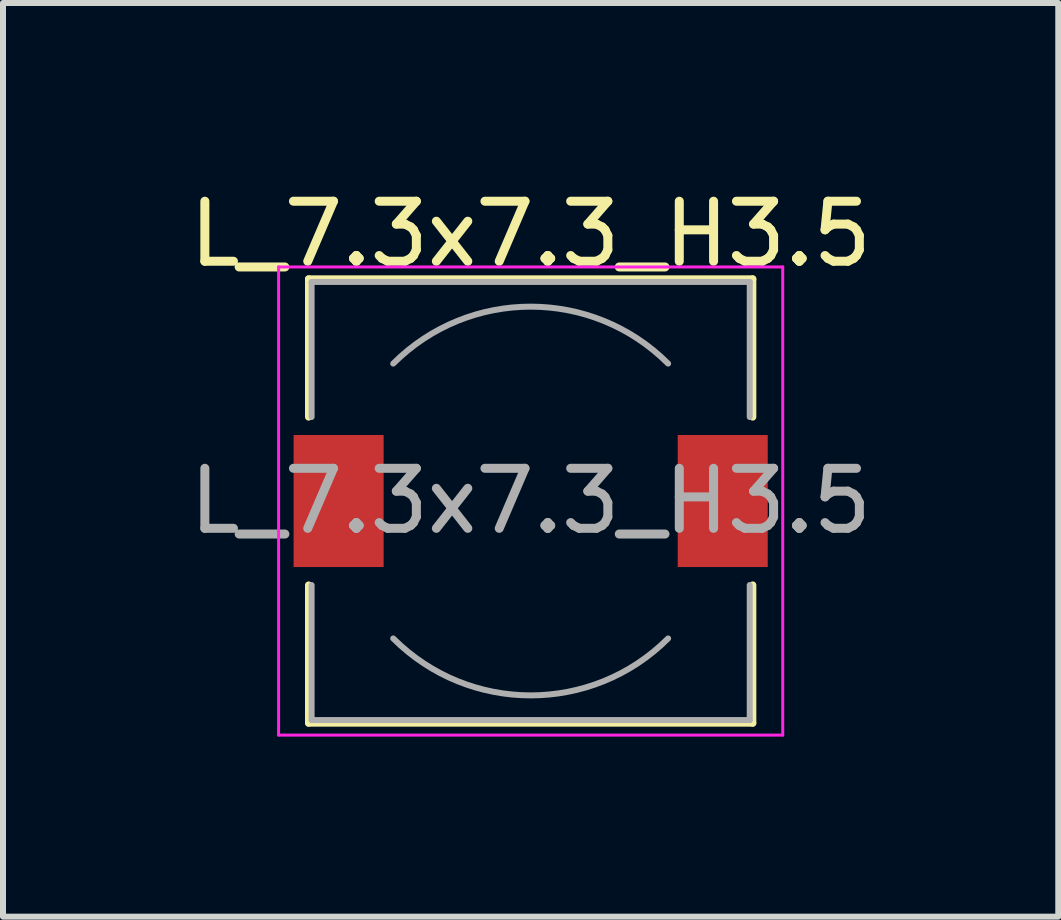
<source format=kicad_pcb>
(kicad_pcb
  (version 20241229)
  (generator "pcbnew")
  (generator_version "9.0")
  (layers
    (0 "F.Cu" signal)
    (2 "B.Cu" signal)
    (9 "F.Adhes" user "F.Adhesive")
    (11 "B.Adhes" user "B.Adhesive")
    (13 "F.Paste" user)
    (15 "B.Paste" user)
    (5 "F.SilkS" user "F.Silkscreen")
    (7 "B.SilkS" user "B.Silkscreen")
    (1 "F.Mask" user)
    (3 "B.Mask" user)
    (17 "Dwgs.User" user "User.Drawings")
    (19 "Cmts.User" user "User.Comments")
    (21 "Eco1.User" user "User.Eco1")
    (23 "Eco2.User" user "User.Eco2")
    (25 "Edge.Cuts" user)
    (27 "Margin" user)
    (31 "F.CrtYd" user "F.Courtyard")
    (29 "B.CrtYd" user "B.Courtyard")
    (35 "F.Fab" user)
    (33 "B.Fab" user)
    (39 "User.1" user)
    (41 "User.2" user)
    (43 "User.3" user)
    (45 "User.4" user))
  (footprint "L_7.3x7.3_H3.5"
    (layer "F.Cu")
    (at 5.792 5.298)
    (property "Reference" "L_7.3x7.3_H3.5" (at 0 -4.45 0) (layer "F.SilkS") (effects (font (size 1 1) (thickness 0.15))))
    (attr smd)
    (fp_line (start -3.7 -3.7) (end 3.7 -3.7) (stroke (width 0.12) (type solid)) (layer "F.SilkS"))
    (fp_line (start -3.7 -1.4) (end -3.7 -3.7) (stroke (width 0.12) (type solid)) (layer "F.SilkS"))
    (fp_line (start -3.7 3.7) (end -3.7 1.4) (stroke (width 0.12) (type solid)) (layer "F.SilkS"))
    (fp_line (start 3.7 -3.7) (end 3.7 -1.4) (stroke (width 0.12) (type solid)) (layer "F.SilkS"))
    (fp_line (start 3.7 1.4) (end 3.7 3.7) (stroke (width 0.12) (type solid)) (layer "F.SilkS"))
    (fp_line (start 3.7 3.7) (end -3.7 3.7) (stroke (width 0.12) (type solid)) (layer "F.SilkS"))
    (fp_line (start -4.2 -3.9) (end -4.2 3.9) (stroke (width 0.05) (type solid)) (layer "F.CrtYd"))
    (fp_line (start -4.2 3.9) (end 4.2 3.9) (stroke (width 0.05) (type solid)) (layer "F.CrtYd"))
    (fp_line (start 4.2 -3.9) (end -4.2 -3.9) (stroke (width 0.05) (type solid)) (layer "F.CrtYd"))
    (fp_line (start 4.2 3.9) (end 4.2 -3.9) (stroke (width 0.05) (type solid)) (layer "F.CrtYd"))
    (fp_line (start -3.65 -3.65) (end -3.65 -1.4) (stroke (width 0.1) (type solid)) (layer "F.Fab"))
    (fp_line (start -3.65 -3.65) (end 3.65 -3.65) (stroke (width 0.1) (type solid)) (layer "F.Fab"))
    (fp_line (start -3.65 3.65) (end -3.65 1.4) (stroke (width 0.1) (type solid)) (layer "F.Fab"))
    (fp_line (start 3.65 -3.65) (end 3.65 -1.4) (stroke (width 0.1) (type solid)) (layer "F.Fab"))
    (fp_line (start 3.65 3.65) (end -3.65 3.65) (stroke (width 0.1) (type solid)) (layer "F.Fab"))
    (fp_line (start 3.65 3.65) (end 3.65 1.4) (stroke (width 0.1) (type solid)) (layer "F.Fab"))
    (fp_arc (start -2.29 -2.29) (mid 0 -3.238549) (end 2.29 -2.29) (stroke (width 0.1) (type solid)) (layer "F.Fab"))
    (fp_arc (start 2.29 2.29) (mid 0 3.238549) (end -2.29 2.29) (stroke (width 0.1) (type solid)) (layer "F.Fab"))
    (fp_text user "${REFERENCE}" (at 0 0 0) (layer "F.Fab") (effects (font (size 1 1) (thickness 0.15))))
    (pad "1" smd rect (at -3.2 0) (size 1.5 2.2) (layers "F.Cu" "F.Mask" "F.Paste"))
    (pad "2" smd rect (at 3.2 0) (size 1.5 2.2) (layers "F.Cu" "F.Mask" "F.Paste")))
  (gr_rect
    (start -3 -3)
    (end 14.583 12.223)
    (stroke (width 0.1) (type default))
    (fill no)
    (layer "Edge.Cuts")))
</source>
